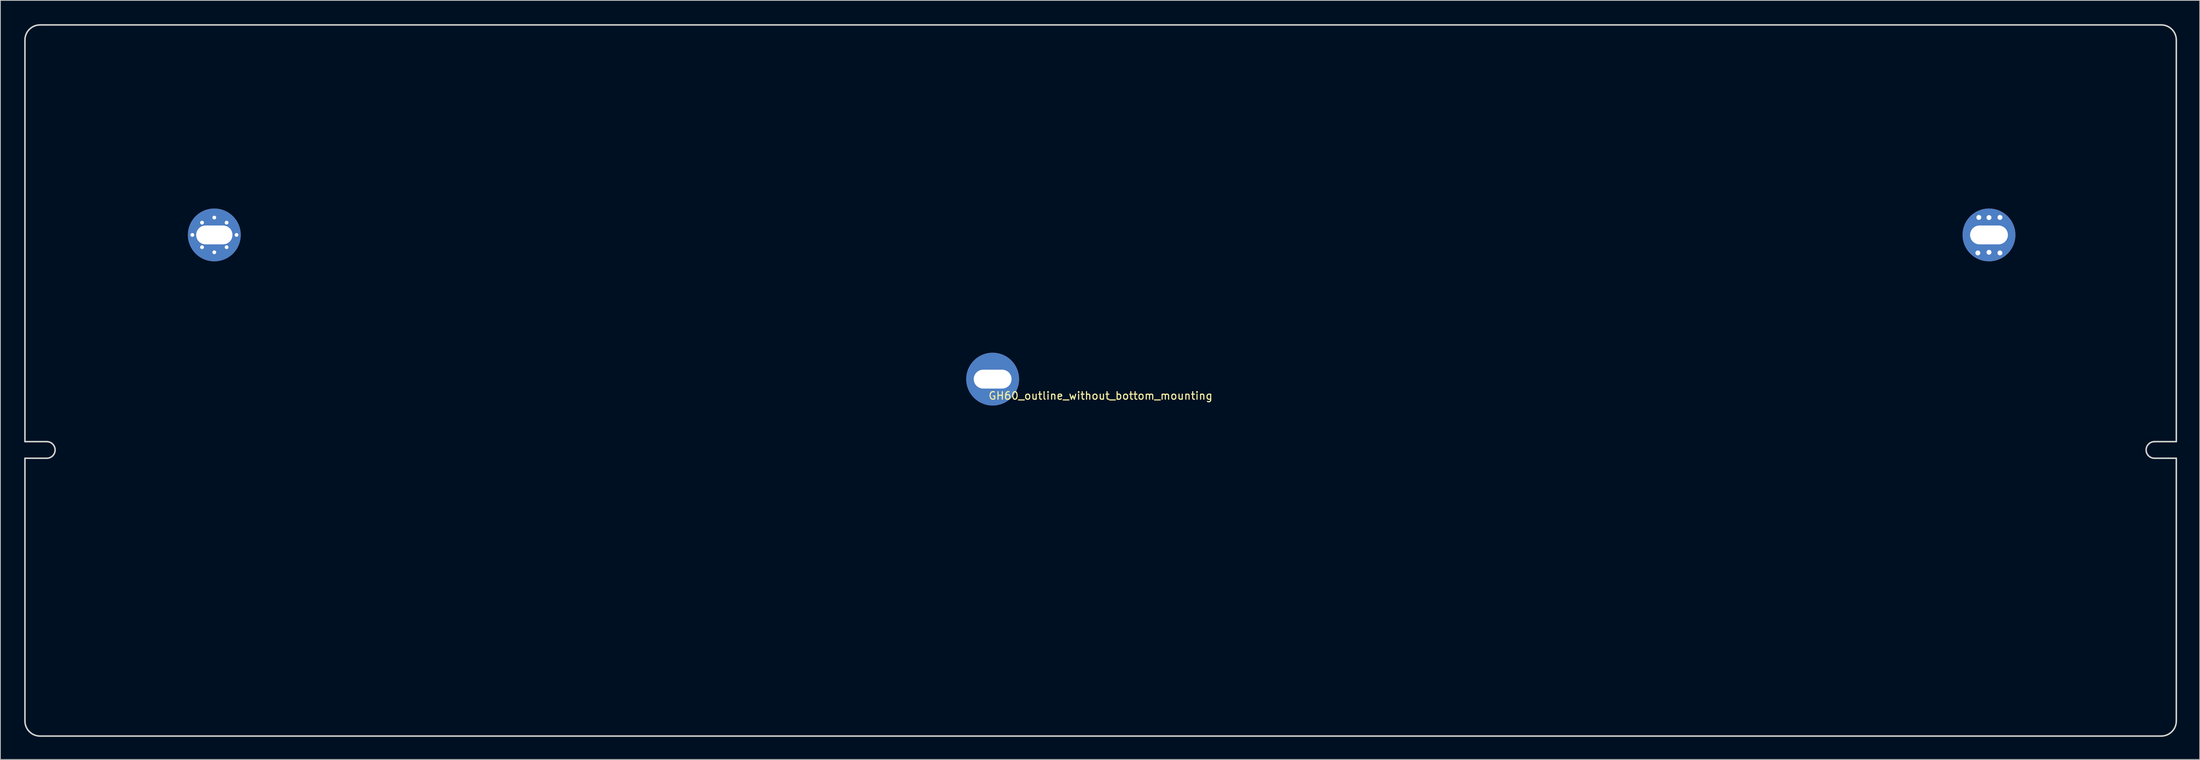
<source format=kicad_pcb>
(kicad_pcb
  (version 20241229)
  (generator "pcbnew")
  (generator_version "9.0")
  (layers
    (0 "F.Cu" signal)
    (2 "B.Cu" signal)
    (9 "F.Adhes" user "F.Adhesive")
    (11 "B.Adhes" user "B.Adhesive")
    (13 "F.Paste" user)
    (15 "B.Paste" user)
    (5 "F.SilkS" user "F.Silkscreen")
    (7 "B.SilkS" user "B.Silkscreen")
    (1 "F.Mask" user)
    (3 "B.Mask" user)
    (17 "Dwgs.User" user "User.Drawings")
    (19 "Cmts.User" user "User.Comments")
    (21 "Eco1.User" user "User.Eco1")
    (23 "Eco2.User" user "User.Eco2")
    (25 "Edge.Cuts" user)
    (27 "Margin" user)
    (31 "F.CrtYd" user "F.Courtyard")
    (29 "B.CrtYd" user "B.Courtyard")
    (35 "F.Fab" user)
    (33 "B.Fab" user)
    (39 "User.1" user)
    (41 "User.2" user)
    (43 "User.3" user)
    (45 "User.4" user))
  (footprint "GH60_outline_without_bottom_mounting"
    (layer "F.Cu")
    (at 0.25 0.25)
    (property "Reference" "GH60_outline_without_bottom_mounting" (at 142.342 49.125 0) (unlocked yes) (layer "F.SilkS") (effects (font (size 1 1) (thickness 0.15))))
    (attr exclude_from_pos_files exclude_from_bom)
    (fp_line (start 0 2) (end 0 55.2) (stroke (width 0.2) (type solid)) (layer "Edge.Cuts"))
    (fp_line (start 0 55.2) (end 2.893 55.2) (stroke (width 0.2) (type solid)) (layer "Edge.Cuts"))
    (fp_line (start 0 57.4) (end 0 92.2) (stroke (width 0.2) (type solid)) (layer "Edge.Cuts"))
    (fp_line (start 2 94.2) (end 282.7 94.2) (stroke (width 0.2) (type solid)) (layer "Edge.Cuts"))
    (fp_line (start 2.893 57.4) (end 0 57.4) (stroke (width 0.2) (type solid)) (layer "Edge.Cuts"))
    (fp_line (start 281.807 55.2) (end 284.7 55.2) (stroke (width 0.2) (type solid)) (layer "Edge.Cuts"))
    (fp_line (start 282.7 0) (end 2 0) (stroke (width 0.2) (type solid)) (layer "Edge.Cuts"))
    (fp_line (start 284.7 55.2) (end 284.7 2) (stroke (width 0.2) (type solid)) (layer "Edge.Cuts"))
    (fp_line (start 284.7 57.4) (end 281.807 57.4) (stroke (width 0.2) (type solid)) (layer "Edge.Cuts"))
    (fp_line (start 284.7 92.2) (end 284.7 57.4) (stroke (width 0.2) (type solid)) (layer "Edge.Cuts"))
    (fp_arc (start 0 2) (mid 0.585998 0.585998) (end 2 0) (stroke (width 0.2) (type solid)) (layer "Edge.Cuts"))
    (fp_arc (start 2 94.199993) (mid 0.586 93.613993) (end 0 92.199993) (stroke (width 0.2) (type solid)) (layer "Edge.Cuts"))
    (fp_arc (start 2.892997 55.199989) (mid 3.993 56.299991) (end 2.892997 57.399993) (stroke (width 0.2) (type solid)) (layer "Edge.Cuts"))
    (fp_arc (start 281.806999 57.399993) (mid 280.706992 56.299993) (end 281.806999 55.199989) (stroke (width 0.2) (type solid)) (layer "Edge.Cuts"))
    (fp_arc (start 282.700004 0) (mid 284.114002 0.585996) (end 284.700004 2) (stroke (width 0.2) (type solid)) (layer "Edge.Cuts"))
    (fp_arc (start 284.700004 92.199993) (mid 284.114013 93.614006) (end 282.700004 94.199993) (stroke (width 0.2) (type solid)) (layer "Edge.Cuts"))
    (pad "1" thru_hole circle (at 22.15 27.819) (size 1 1) (drill 0.5) (layers "*.Cu" "*.Mask"))
    (pad "1" thru_hole circle (at 23.435 26.192) (size 1 1) (drill 0.5) (layers "*.Cu" "*.Mask"))
    (pad "1" thru_hole circle (at 23.435 29.445) (size 1 1) (drill 0.5) (layers "*.Cu" "*.Mask"))
    (pad "1" thru_hole circle (at 25.061 25.519) (size 1 1) (drill 0.5) (layers "*.Cu" "*.Mask"))
    (pad "1" thru_hole circle (at 25.061 27.819) (size 7.001 7.001) (drill oval 4.8 2.499) (layers "*.Cu" "*.Mask"))
    (pad "1" thru_hole circle (at 25.061 30.119) (size 1 1) (drill 0.5) (layers "*.Cu" "*.Mask"))
    (pad "1" thru_hole circle (at 26.688 26.192) (size 1 1) (drill 0.5) (layers "*.Cu" "*.Mask"))
    (pad "1" thru_hole circle (at 26.688 29.445) (size 1 1) (drill 0.5) (layers "*.Cu" "*.Mask"))
    (pad "1" thru_hole circle (at 28 27.819) (size 1 1) (drill 0.5) (layers "*.Cu" "*.Mask"))
    (pad "1" thru_hole circle (at 258.439 30.201) (size 1 1) (drill 0.65) (layers "*.Cu" "*.Mask"))
    (pad "1" thru_hole circle (at 258.566 25.502) (size 1 1) (drill 0.65) (layers "*.Cu" "*.Mask"))
    (pad "1" thru_hole circle (at 259.911 25.519) (size 1 1) (drill 0.65) (layers "*.Cu" "*.Mask"))
    (pad "1" thru_hole circle (at 259.911 27.819) (size 7 7) (drill oval 5.001 2.499) (layers "*.Cu" "*.Mask"))
    (pad "1" thru_hole circle (at 259.911 30.119) (size 1 1) (drill 0.65) (layers "*.Cu" "*.Mask"))
    (pad "1" thru_hole circle (at 261.36 25.502) (size 1 1) (drill 0.65) (layers "*.Cu" "*.Mask"))
    (pad "1" thru_hole circle (at 261.36 30.201) (size 1 1) (drill 0.65) (layers "*.Cu" "*.Mask"))
    (pad "2" thru_hole circle (at 128.061 46.919) (size 7 7) (drill oval 5.001 2.499) (layers "*.Cu" "*.Mask")))
  (gr_rect
    (start -3 -3)
    (end 288.05 97.55)
    (stroke (width 0.1) (type default))
    (fill no)
    (layer "Edge.Cuts")))
</source>
